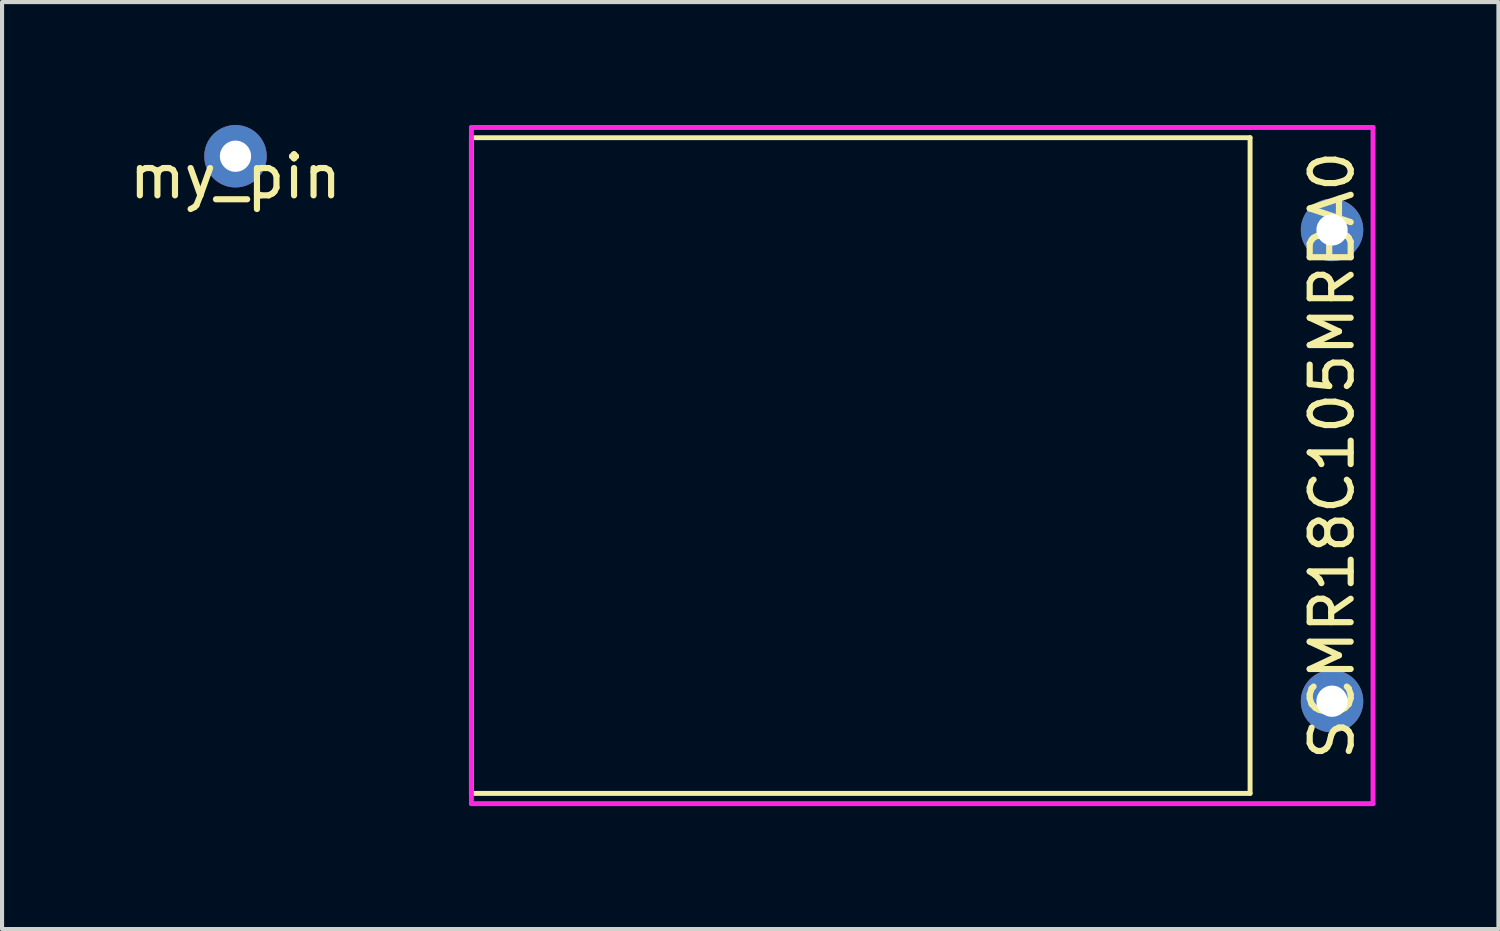
<source format=kicad_pcb>
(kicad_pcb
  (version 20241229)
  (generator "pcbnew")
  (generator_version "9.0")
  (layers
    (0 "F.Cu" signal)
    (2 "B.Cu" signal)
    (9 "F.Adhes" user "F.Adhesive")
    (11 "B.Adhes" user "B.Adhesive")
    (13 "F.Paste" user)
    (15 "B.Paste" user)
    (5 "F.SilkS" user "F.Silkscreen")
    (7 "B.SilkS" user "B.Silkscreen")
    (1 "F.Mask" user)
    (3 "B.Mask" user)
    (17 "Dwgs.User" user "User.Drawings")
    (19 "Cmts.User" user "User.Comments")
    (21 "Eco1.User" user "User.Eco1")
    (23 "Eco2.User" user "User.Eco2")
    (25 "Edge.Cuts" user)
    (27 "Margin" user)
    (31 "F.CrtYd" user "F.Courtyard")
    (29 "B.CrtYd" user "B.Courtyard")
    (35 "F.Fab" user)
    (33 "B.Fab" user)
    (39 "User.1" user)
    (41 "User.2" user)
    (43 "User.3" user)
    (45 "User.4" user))
  (footprint "SCMR18C105MRBA0"
    (layer "F.Cu")
    (at 29.453 14.06)
    (property "Reference" "SCMR18C105MRBA0" (at 0 -6 90) (layer "F.SilkS") (effects (font (size 1 1) (thickness 0.15))))
    (attr through_hole)
    (fp_line (start -21 2.25) (end -21 -13.75) (stroke (width 0.12) (type solid)) (layer "F.SilkS"))
    (fp_line (start -2 -13.75) (end -21 -13.75) (stroke (width 0.12) (type solid)) (layer "F.SilkS"))
    (fp_line (start -2 2.25) (end -21 2.25) (stroke (width 0.12) (type solid)) (layer "F.SilkS"))
    (fp_line (start -2 2.25) (end -2 -13.75) (stroke (width 0.12) (type solid)) (layer "F.SilkS"))
    (fp_line (start -21 -14) (end 1 -14) (stroke (width 0.12) (type solid)) (layer "F.CrtYd"))
    (fp_line (start -21 2.5) (end -21 -14) (stroke (width 0.12) (type solid)) (layer "F.CrtYd"))
    (fp_line (start 1 -14) (end 1 2.5) (stroke (width 0.12) (type solid)) (layer "F.CrtYd"))
    (fp_line (start 1 2.5) (end -21 2.5) (stroke (width 0.12) (type solid)) (layer "F.CrtYd"))
    (pad "1" thru_hole circle (at 0 0) (size 1.524 1.524) (drill 0.762) (layers "*.Cu" "*.Mask"))
    (pad "2" thru_hole circle (at 0 -11.5) (size 1.524 1.524) (drill 0.762) (layers "*.Cu" "*.Mask")))
  (footprint "my_pin"
    (layer "F.Cu")
    (at 2.696 0.762)
    (property "Reference" "my_pin" (at 0 0.5 0) (layer "F.SilkS") (effects (font (size 1 1) (thickness 0.15))))
    (attr through_hole)
    (pad "1" thru_hole circle (at 0 0) (size 1.524 1.524) (drill 0.762) (layers "*.Cu" "*.Mask")))
  (gr_rect
    (start -3 -3)
    (end 33.513 19.62)
    (stroke (width 0.1) (type default))
    (fill no)
    (layer "Edge.Cuts")))
</source>
